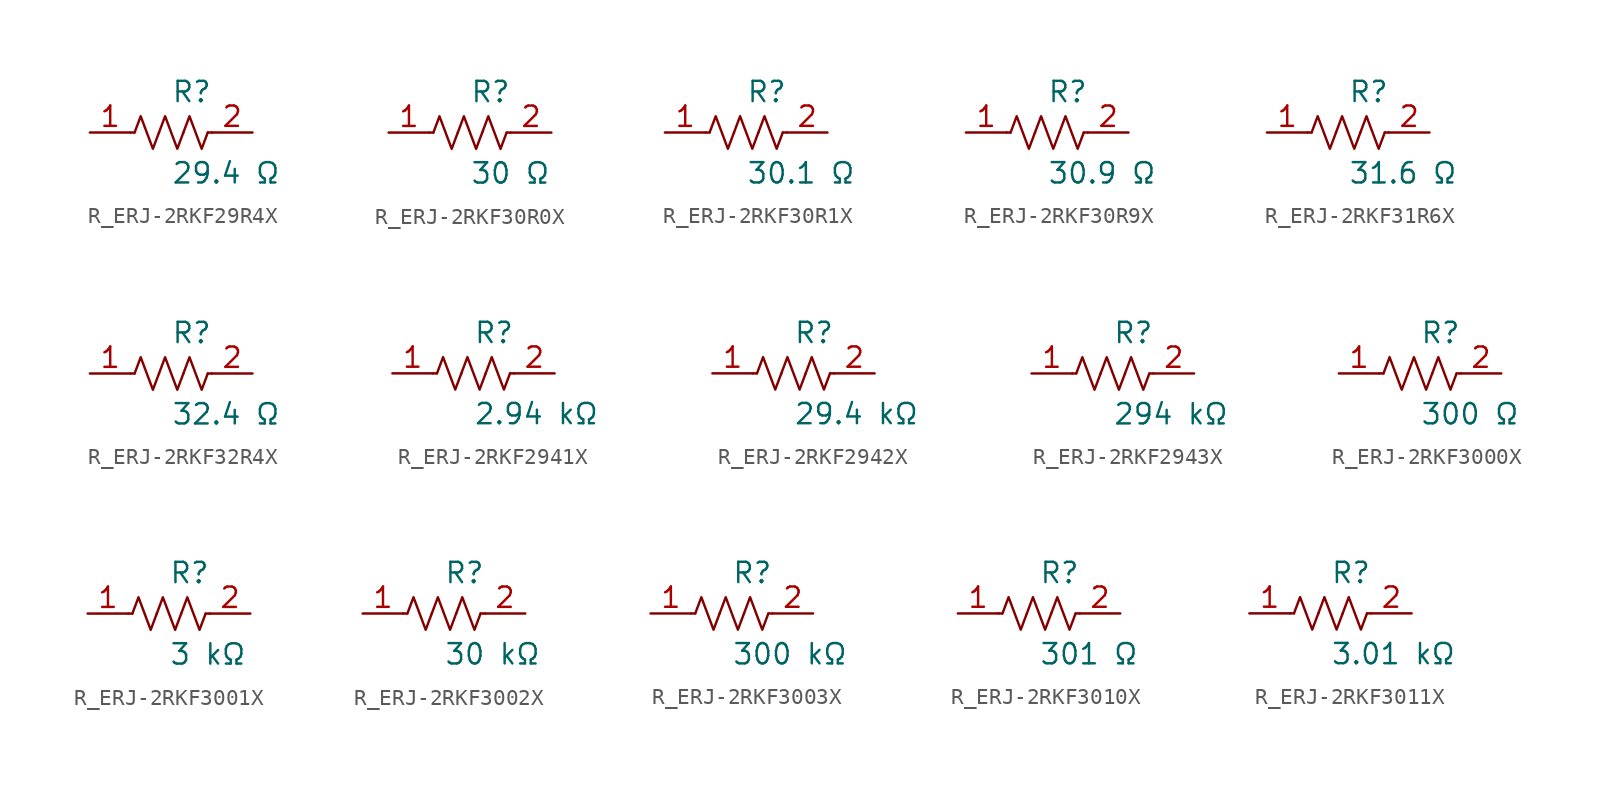
<source format=kicad_sym>
(kicad_symbol_lib
  (version 20231120)
  (generator kicad_symbol_editor)
  (generator_version 8.0)
  (symbol "R_ERJ-2RKF29R4X"
    (pin_names
      (offset 0.254))
    (property "Reference" "R"
      (at 0 2.54 0)
      (effects (font (size 1.27 1.27)) (justify left)))
    (property "Value" "29.4 Ω"
      (at 0 -2.54 0)
      (effects (font (size 1.27 1.27)) (justify left)))
    (symbol "R_ERJ-2RKF29R4X_0_1"
      (polyline (pts (xy 2.286 0) (xy 2.54 0)) (stroke (width 0) (type default)) (fill (type none)))
      (polyline (pts (xy -2.286 0) (xy -2.54 0)) (stroke (width 0) (type default)) (fill (type none)))
      (polyline (pts (xy 0.762 0) (xy 1.143 1.016) (xy 1.524 0) (xy 1.905 -1.016) (xy 2.286 0)) (stroke (width 0) (type default)) (fill (type none)))
      (polyline (pts (xy -0.762 0) (xy -0.381 1.016) (xy 0 0) (xy 0.381 -1.016) (xy 0.762 0)) (stroke (width 0) (type default)) (fill (type none)))
      (polyline (pts (xy -2.286 0) (xy -1.905 1.016) (xy -1.524 0) (xy -1.143 -1.016) (xy -0.762 0)) (stroke (width 0) (type default)) (fill (type none))))
    (pin passive line
      (at -5.08 0 0)
      (length 2.54)
      (name "" (effects (font (size 1.27 1.27))))
      (number "1" (effects (font (size 1.27 1.27)))))
    (pin passive line
      (at 5.08 0 180)
      (length 2.54)
      (name "" (effects (font (size 1.27 1.27))))
      (number "2" (effects (font (size 1.27 1.27))))))
  (symbol "R_ERJ-2RKF30R0X"
    (pin_names
      (offset 0.254))
    (property "Reference" "R"
      (at 0 2.54 0)
      (effects (font (size 1.27 1.27)) (justify left)))
    (property "Value" "30 Ω"
      (at 0 -2.54 0)
      (effects (font (size 1.27 1.27)) (justify left)))
    (symbol "R_ERJ-2RKF30R0X_0_1"
      (polyline (pts (xy 2.286 0) (xy 2.54 0)) (stroke (width 0) (type default)) (fill (type none)))
      (polyline (pts (xy -2.286 0) (xy -2.54 0)) (stroke (width 0) (type default)) (fill (type none)))
      (polyline (pts (xy 0.762 0) (xy 1.143 1.016) (xy 1.524 0) (xy 1.905 -1.016) (xy 2.286 0)) (stroke (width 0) (type default)) (fill (type none)))
      (polyline (pts (xy -0.762 0) (xy -0.381 1.016) (xy 0 0) (xy 0.381 -1.016) (xy 0.762 0)) (stroke (width 0) (type default)) (fill (type none)))
      (polyline (pts (xy -2.286 0) (xy -1.905 1.016) (xy -1.524 0) (xy -1.143 -1.016) (xy -0.762 0)) (stroke (width 0) (type default)) (fill (type none))))
    (pin passive line
      (at -5.08 0 0)
      (length 2.54)
      (name "" (effects (font (size 1.27 1.27))))
      (number "1" (effects (font (size 1.27 1.27)))))
    (pin passive line
      (at 5.08 0 180)
      (length 2.54)
      (name "" (effects (font (size 1.27 1.27))))
      (number "2" (effects (font (size 1.27 1.27))))))
  (symbol "R_ERJ-2RKF30R1X"
    (pin_names
      (offset 0.254))
    (property "Reference" "R"
      (at 0 2.54 0)
      (effects (font (size 1.27 1.27)) (justify left)))
    (property "Value" "30.1 Ω"
      (at 0 -2.54 0)
      (effects (font (size 1.27 1.27)) (justify left)))
    (symbol "R_ERJ-2RKF30R1X_0_1"
      (polyline (pts (xy 2.286 0) (xy 2.54 0)) (stroke (width 0) (type default)) (fill (type none)))
      (polyline (pts (xy -2.286 0) (xy -2.54 0)) (stroke (width 0) (type default)) (fill (type none)))
      (polyline (pts (xy 0.762 0) (xy 1.143 1.016) (xy 1.524 0) (xy 1.905 -1.016) (xy 2.286 0)) (stroke (width 0) (type default)) (fill (type none)))
      (polyline (pts (xy -0.762 0) (xy -0.381 1.016) (xy 0 0) (xy 0.381 -1.016) (xy 0.762 0)) (stroke (width 0) (type default)) (fill (type none)))
      (polyline (pts (xy -2.286 0) (xy -1.905 1.016) (xy -1.524 0) (xy -1.143 -1.016) (xy -0.762 0)) (stroke (width 0) (type default)) (fill (type none))))
    (pin passive line
      (at -5.08 0 0)
      (length 2.54)
      (name "" (effects (font (size 1.27 1.27))))
      (number "1" (effects (font (size 1.27 1.27)))))
    (pin passive line
      (at 5.08 0 180)
      (length 2.54)
      (name "" (effects (font (size 1.27 1.27))))
      (number "2" (effects (font (size 1.27 1.27))))))
  (symbol "R_ERJ-2RKF30R9X"
    (pin_names
      (offset 0.254))
    (property "Reference" "R"
      (at 0 2.54 0)
      (effects (font (size 1.27 1.27)) (justify left)))
    (property "Value" "30.9 Ω"
      (at 0 -2.54 0)
      (effects (font (size 1.27 1.27)) (justify left)))
    (symbol "R_ERJ-2RKF30R9X_0_1"
      (polyline (pts (xy 2.286 0) (xy 2.54 0)) (stroke (width 0) (type default)) (fill (type none)))
      (polyline (pts (xy -2.286 0) (xy -2.54 0)) (stroke (width 0) (type default)) (fill (type none)))
      (polyline (pts (xy 0.762 0) (xy 1.143 1.016) (xy 1.524 0) (xy 1.905 -1.016) (xy 2.286 0)) (stroke (width 0) (type default)) (fill (type none)))
      (polyline (pts (xy -0.762 0) (xy -0.381 1.016) (xy 0 0) (xy 0.381 -1.016) (xy 0.762 0)) (stroke (width 0) (type default)) (fill (type none)))
      (polyline (pts (xy -2.286 0) (xy -1.905 1.016) (xy -1.524 0) (xy -1.143 -1.016) (xy -0.762 0)) (stroke (width 0) (type default)) (fill (type none))))
    (pin passive line
      (at -5.08 0 0)
      (length 2.54)
      (name "" (effects (font (size 1.27 1.27))))
      (number "1" (effects (font (size 1.27 1.27)))))
    (pin passive line
      (at 5.08 0 180)
      (length 2.54)
      (name "" (effects (font (size 1.27 1.27))))
      (number "2" (effects (font (size 1.27 1.27))))))
  (symbol "R_ERJ-2RKF31R6X"
    (pin_names
      (offset 0.254))
    (property "Reference" "R"
      (at 0 2.54 0)
      (effects (font (size 1.27 1.27)) (justify left)))
    (property "Value" "31.6 Ω"
      (at 0 -2.54 0)
      (effects (font (size 1.27 1.27)) (justify left)))
    (symbol "R_ERJ-2RKF31R6X_0_1"
      (polyline (pts (xy 2.286 0) (xy 2.54 0)) (stroke (width 0) (type default)) (fill (type none)))
      (polyline (pts (xy -2.286 0) (xy -2.54 0)) (stroke (width 0) (type default)) (fill (type none)))
      (polyline (pts (xy 0.762 0) (xy 1.143 1.016) (xy 1.524 0) (xy 1.905 -1.016) (xy 2.286 0)) (stroke (width 0) (type default)) (fill (type none)))
      (polyline (pts (xy -0.762 0) (xy -0.381 1.016) (xy 0 0) (xy 0.381 -1.016) (xy 0.762 0)) (stroke (width 0) (type default)) (fill (type none)))
      (polyline (pts (xy -2.286 0) (xy -1.905 1.016) (xy -1.524 0) (xy -1.143 -1.016) (xy -0.762 0)) (stroke (width 0) (type default)) (fill (type none))))
    (pin passive line
      (at -5.08 0 0)
      (length 2.54)
      (name "" (effects (font (size 1.27 1.27))))
      (number "1" (effects (font (size 1.27 1.27)))))
    (pin passive line
      (at 5.08 0 180)
      (length 2.54)
      (name "" (effects (font (size 1.27 1.27))))
      (number "2" (effects (font (size 1.27 1.27))))))
  (symbol "R_ERJ-2RKF32R4X"
    (pin_names
      (offset 0.254))
    (property "Reference" "R"
      (at 0 2.54 0)
      (effects (font (size 1.27 1.27)) (justify left)))
    (property "Value" "32.4 Ω"
      (at 0 -2.54 0)
      (effects (font (size 1.27 1.27)) (justify left)))
    (symbol "R_ERJ-2RKF32R4X_0_1"
      (polyline (pts (xy 2.286 0) (xy 2.54 0)) (stroke (width 0) (type default)) (fill (type none)))
      (polyline (pts (xy -2.286 0) (xy -2.54 0)) (stroke (width 0) (type default)) (fill (type none)))
      (polyline (pts (xy 0.762 0) (xy 1.143 1.016) (xy 1.524 0) (xy 1.905 -1.016) (xy 2.286 0)) (stroke (width 0) (type default)) (fill (type none)))
      (polyline (pts (xy -0.762 0) (xy -0.381 1.016) (xy 0 0) (xy 0.381 -1.016) (xy 0.762 0)) (stroke (width 0) (type default)) (fill (type none)))
      (polyline (pts (xy -2.286 0) (xy -1.905 1.016) (xy -1.524 0) (xy -1.143 -1.016) (xy -0.762 0)) (stroke (width 0) (type default)) (fill (type none))))
    (pin passive line
      (at -5.08 0 0)
      (length 2.54)
      (name "" (effects (font (size 1.27 1.27))))
      (number "1" (effects (font (size 1.27 1.27)))))
    (pin passive line
      (at 5.08 0 180)
      (length 2.54)
      (name "" (effects (font (size 1.27 1.27))))
      (number "2" (effects (font (size 1.27 1.27))))))
  (symbol "R_ERJ-2RKF2941X"
    (pin_names
      (offset 0.254))
    (property "Reference" "R"
      (at 0 2.54 0)
      (effects (font (size 1.27 1.27)) (justify left)))
    (property "Value" "2.94 kΩ"
      (at 0 -2.54 0)
      (effects (font (size 1.27 1.27)) (justify left)))
    (symbol "R_ERJ-2RKF2941X_0_1"
      (polyline (pts (xy 2.286 0) (xy 2.54 0)) (stroke (width 0) (type default)) (fill (type none)))
      (polyline (pts (xy -2.286 0) (xy -2.54 0)) (stroke (width 0) (type default)) (fill (type none)))
      (polyline (pts (xy 0.762 0) (xy 1.143 1.016) (xy 1.524 0) (xy 1.905 -1.016) (xy 2.286 0)) (stroke (width 0) (type default)) (fill (type none)))
      (polyline (pts (xy -0.762 0) (xy -0.381 1.016) (xy 0 0) (xy 0.381 -1.016) (xy 0.762 0)) (stroke (width 0) (type default)) (fill (type none)))
      (polyline (pts (xy -2.286 0) (xy -1.905 1.016) (xy -1.524 0) (xy -1.143 -1.016) (xy -0.762 0)) (stroke (width 0) (type default)) (fill (type none))))
    (pin passive line
      (at -5.08 0 0)
      (length 2.54)
      (name "" (effects (font (size 1.27 1.27))))
      (number "1" (effects (font (size 1.27 1.27)))))
    (pin passive line
      (at 5.08 0 180)
      (length 2.54)
      (name "" (effects (font (size 1.27 1.27))))
      (number "2" (effects (font (size 1.27 1.27))))))
  (symbol "R_ERJ-2RKF2942X"
    (pin_names
      (offset 0.254))
    (property "Reference" "R"
      (at 0 2.54 0)
      (effects (font (size 1.27 1.27)) (justify left)))
    (property "Value" "29.4 kΩ"
      (at 0 -2.54 0)
      (effects (font (size 1.27 1.27)) (justify left)))
    (symbol "R_ERJ-2RKF2942X_0_1"
      (polyline (pts (xy 2.286 0) (xy 2.54 0)) (stroke (width 0) (type default)) (fill (type none)))
      (polyline (pts (xy -2.286 0) (xy -2.54 0)) (stroke (width 0) (type default)) (fill (type none)))
      (polyline (pts (xy 0.762 0) (xy 1.143 1.016) (xy 1.524 0) (xy 1.905 -1.016) (xy 2.286 0)) (stroke (width 0) (type default)) (fill (type none)))
      (polyline (pts (xy -0.762 0) (xy -0.381 1.016) (xy 0 0) (xy 0.381 -1.016) (xy 0.762 0)) (stroke (width 0) (type default)) (fill (type none)))
      (polyline (pts (xy -2.286 0) (xy -1.905 1.016) (xy -1.524 0) (xy -1.143 -1.016) (xy -0.762 0)) (stroke (width 0) (type default)) (fill (type none))))
    (pin passive line
      (at -5.08 0 0)
      (length 2.54)
      (name "" (effects (font (size 1.27 1.27))))
      (number "1" (effects (font (size 1.27 1.27)))))
    (pin passive line
      (at 5.08 0 180)
      (length 2.54)
      (name "" (effects (font (size 1.27 1.27))))
      (number "2" (effects (font (size 1.27 1.27))))))
  (symbol "R_ERJ-2RKF2943X"
    (pin_names
      (offset 0.254))
    (property "Reference" "R"
      (at 0 2.54 0)
      (effects (font (size 1.27 1.27)) (justify left)))
    (property "Value" "294 kΩ"
      (at 0 -2.54 0)
      (effects (font (size 1.27 1.27)) (justify left)))
    (symbol "R_ERJ-2RKF2943X_0_1"
      (polyline (pts (xy 2.286 0) (xy 2.54 0)) (stroke (width 0) (type default)) (fill (type none)))
      (polyline (pts (xy -2.286 0) (xy -2.54 0)) (stroke (width 0) (type default)) (fill (type none)))
      (polyline (pts (xy 0.762 0) (xy 1.143 1.016) (xy 1.524 0) (xy 1.905 -1.016) (xy 2.286 0)) (stroke (width 0) (type default)) (fill (type none)))
      (polyline (pts (xy -0.762 0) (xy -0.381 1.016) (xy 0 0) (xy 0.381 -1.016) (xy 0.762 0)) (stroke (width 0) (type default)) (fill (type none)))
      (polyline (pts (xy -2.286 0) (xy -1.905 1.016) (xy -1.524 0) (xy -1.143 -1.016) (xy -0.762 0)) (stroke (width 0) (type default)) (fill (type none))))
    (pin passive line
      (at -5.08 0 0)
      (length 2.54)
      (name "" (effects (font (size 1.27 1.27))))
      (number "1" (effects (font (size 1.27 1.27)))))
    (pin passive line
      (at 5.08 0 180)
      (length 2.54)
      (name "" (effects (font (size 1.27 1.27))))
      (number "2" (effects (font (size 1.27 1.27))))))
  (symbol "R_ERJ-2RKF3000X"
    (pin_names
      (offset 0.254))
    (property "Reference" "R"
      (at 0 2.54 0)
      (effects (font (size 1.27 1.27)) (justify left)))
    (property "Value" "300 Ω"
      (at 0 -2.54 0)
      (effects (font (size 1.27 1.27)) (justify left)))
    (symbol "R_ERJ-2RKF3000X_0_1"
      (polyline (pts (xy 2.286 0) (xy 2.54 0)) (stroke (width 0) (type default)) (fill (type none)))
      (polyline (pts (xy -2.286 0) (xy -2.54 0)) (stroke (width 0) (type default)) (fill (type none)))
      (polyline (pts (xy 0.762 0) (xy 1.143 1.016) (xy 1.524 0) (xy 1.905 -1.016) (xy 2.286 0)) (stroke (width 0) (type default)) (fill (type none)))
      (polyline (pts (xy -0.762 0) (xy -0.381 1.016) (xy 0 0) (xy 0.381 -1.016) (xy 0.762 0)) (stroke (width 0) (type default)) (fill (type none)))
      (polyline (pts (xy -2.286 0) (xy -1.905 1.016) (xy -1.524 0) (xy -1.143 -1.016) (xy -0.762 0)) (stroke (width 0) (type default)) (fill (type none))))
    (pin passive line
      (at -5.08 0 0)
      (length 2.54)
      (name "" (effects (font (size 1.27 1.27))))
      (number "1" (effects (font (size 1.27 1.27)))))
    (pin passive line
      (at 5.08 0 180)
      (length 2.54)
      (name "" (effects (font (size 1.27 1.27))))
      (number "2" (effects (font (size 1.27 1.27))))))
  (symbol "R_ERJ-2RKF3001X"
    (pin_names
      (offset 0.254))
    (property "Reference" "R"
      (at 0 2.54 0)
      (effects (font (size 1.27 1.27)) (justify left)))
    (property "Value" "3 kΩ"
      (at 0 -2.54 0)
      (effects (font (size 1.27 1.27)) (justify left)))
    (symbol "R_ERJ-2RKF3001X_0_1"
      (polyline (pts (xy 2.286 0) (xy 2.54 0)) (stroke (width 0) (type default)) (fill (type none)))
      (polyline (pts (xy -2.286 0) (xy -2.54 0)) (stroke (width 0) (type default)) (fill (type none)))
      (polyline (pts (xy 0.762 0) (xy 1.143 1.016) (xy 1.524 0) (xy 1.905 -1.016) (xy 2.286 0)) (stroke (width 0) (type default)) (fill (type none)))
      (polyline (pts (xy -0.762 0) (xy -0.381 1.016) (xy 0 0) (xy 0.381 -1.016) (xy 0.762 0)) (stroke (width 0) (type default)) (fill (type none)))
      (polyline (pts (xy -2.286 0) (xy -1.905 1.016) (xy -1.524 0) (xy -1.143 -1.016) (xy -0.762 0)) (stroke (width 0) (type default)) (fill (type none))))
    (pin passive line
      (at -5.08 0 0)
      (length 2.54)
      (name "" (effects (font (size 1.27 1.27))))
      (number "1" (effects (font (size 1.27 1.27)))))
    (pin passive line
      (at 5.08 0 180)
      (length 2.54)
      (name "" (effects (font (size 1.27 1.27))))
      (number "2" (effects (font (size 1.27 1.27))))))
  (symbol "R_ERJ-2RKF3002X"
    (pin_names
      (offset 0.254))
    (property "Reference" "R"
      (at 0 2.54 0)
      (effects (font (size 1.27 1.27)) (justify left)))
    (property "Value" "30 kΩ"
      (at 0 -2.54 0)
      (effects (font (size 1.27 1.27)) (justify left)))
    (symbol "R_ERJ-2RKF3002X_0_1"
      (polyline (pts (xy 2.286 0) (xy 2.54 0)) (stroke (width 0) (type default)) (fill (type none)))
      (polyline (pts (xy -2.286 0) (xy -2.54 0)) (stroke (width 0) (type default)) (fill (type none)))
      (polyline (pts (xy 0.762 0) (xy 1.143 1.016) (xy 1.524 0) (xy 1.905 -1.016) (xy 2.286 0)) (stroke (width 0) (type default)) (fill (type none)))
      (polyline (pts (xy -0.762 0) (xy -0.381 1.016) (xy 0 0) (xy 0.381 -1.016) (xy 0.762 0)) (stroke (width 0) (type default)) (fill (type none)))
      (polyline (pts (xy -2.286 0) (xy -1.905 1.016) (xy -1.524 0) (xy -1.143 -1.016) (xy -0.762 0)) (stroke (width 0) (type default)) (fill (type none))))
    (pin passive line
      (at -5.08 0 0)
      (length 2.54)
      (name "" (effects (font (size 1.27 1.27))))
      (number "1" (effects (font (size 1.27 1.27)))))
    (pin passive line
      (at 5.08 0 180)
      (length 2.54)
      (name "" (effects (font (size 1.27 1.27))))
      (number "2" (effects (font (size 1.27 1.27))))))
  (symbol "R_ERJ-2RKF3003X"
    (pin_names
      (offset 0.254))
    (property "Reference" "R"
      (at 0 2.54 0)
      (effects (font (size 1.27 1.27)) (justify left)))
    (property "Value" "300 kΩ"
      (at 0 -2.54 0)
      (effects (font (size 1.27 1.27)) (justify left)))
    (symbol "R_ERJ-2RKF3003X_0_1"
      (polyline (pts (xy 2.286 0) (xy 2.54 0)) (stroke (width 0) (type default)) (fill (type none)))
      (polyline (pts (xy -2.286 0) (xy -2.54 0)) (stroke (width 0) (type default)) (fill (type none)))
      (polyline (pts (xy 0.762 0) (xy 1.143 1.016) (xy 1.524 0) (xy 1.905 -1.016) (xy 2.286 0)) (stroke (width 0) (type default)) (fill (type none)))
      (polyline (pts (xy -0.762 0) (xy -0.381 1.016) (xy 0 0) (xy 0.381 -1.016) (xy 0.762 0)) (stroke (width 0) (type default)) (fill (type none)))
      (polyline (pts (xy -2.286 0) (xy -1.905 1.016) (xy -1.524 0) (xy -1.143 -1.016) (xy -0.762 0)) (stroke (width 0) (type default)) (fill (type none))))
    (pin passive line
      (at -5.08 0 0)
      (length 2.54)
      (name "" (effects (font (size 1.27 1.27))))
      (number "1" (effects (font (size 1.27 1.27)))))
    (pin passive line
      (at 5.08 0 180)
      (length 2.54)
      (name "" (effects (font (size 1.27 1.27))))
      (number "2" (effects (font (size 1.27 1.27))))))
  (symbol "R_ERJ-2RKF3010X"
    (pin_names
      (offset 0.254))
    (property "Reference" "R"
      (at 0 2.54 0)
      (effects (font (size 1.27 1.27)) (justify left)))
    (property "Value" "301 Ω"
      (at 0 -2.54 0)
      (effects (font (size 1.27 1.27)) (justify left)))
    (symbol "R_ERJ-2RKF3010X_0_1"
      (polyline (pts (xy 2.286 0) (xy 2.54 0)) (stroke (width 0) (type default)) (fill (type none)))
      (polyline (pts (xy -2.286 0) (xy -2.54 0)) (stroke (width 0) (type default)) (fill (type none)))
      (polyline (pts (xy 0.762 0) (xy 1.143 1.016) (xy 1.524 0) (xy 1.905 -1.016) (xy 2.286 0)) (stroke (width 0) (type default)) (fill (type none)))
      (polyline (pts (xy -0.762 0) (xy -0.381 1.016) (xy 0 0) (xy 0.381 -1.016) (xy 0.762 0)) (stroke (width 0) (type default)) (fill (type none)))
      (polyline (pts (xy -2.286 0) (xy -1.905 1.016) (xy -1.524 0) (xy -1.143 -1.016) (xy -0.762 0)) (stroke (width 0) (type default)) (fill (type none))))
    (pin passive line
      (at -5.08 0 0)
      (length 2.54)
      (name "" (effects (font (size 1.27 1.27))))
      (number "1" (effects (font (size 1.27 1.27)))))
    (pin passive line
      (at 5.08 0 180)
      (length 2.54)
      (name "" (effects (font (size 1.27 1.27))))
      (number "2" (effects (font (size 1.27 1.27))))))
  (symbol "R_ERJ-2RKF3011X"
    (pin_names
      (offset 0.254))
    (property "Reference" "R"
      (at 0 2.54 0)
      (effects (font (size 1.27 1.27)) (justify left)))
    (property "Value" "3.01 kΩ"
      (at 0 -2.54 0)
      (effects (font (size 1.27 1.27)) (justify left)))
    (symbol "R_ERJ-2RKF3011X_0_1"
      (polyline (pts (xy 2.286 0) (xy 2.54 0)) (stroke (width 0) (type default)) (fill (type none)))
      (polyline (pts (xy -2.286 0) (xy -2.54 0)) (stroke (width 0) (type default)) (fill (type none)))
      (polyline (pts (xy 0.762 0) (xy 1.143 1.016) (xy 1.524 0) (xy 1.905 -1.016) (xy 2.286 0)) (stroke (width 0) (type default)) (fill (type none)))
      (polyline (pts (xy -0.762 0) (xy -0.381 1.016) (xy 0 0) (xy 0.381 -1.016) (xy 0.762 0)) (stroke (width 0) (type default)) (fill (type none)))
      (polyline (pts (xy -2.286 0) (xy -1.905 1.016) (xy -1.524 0) (xy -1.143 -1.016) (xy -0.762 0)) (stroke (width 0) (type default)) (fill (type none))))
    (pin passive line
      (at -5.08 0 0)
      (length 2.54)
      (name "" (effects (font (size 1.27 1.27))))
      (number "1" (effects (font (size 1.27 1.27)))))
    (pin passive line
      (at 5.08 0 180)
      (length 2.54)
      (name "" (effects (font (size 1.27 1.27))))
      (number "2" (effects (font (size 1.27 1.27)))))))
</source>
